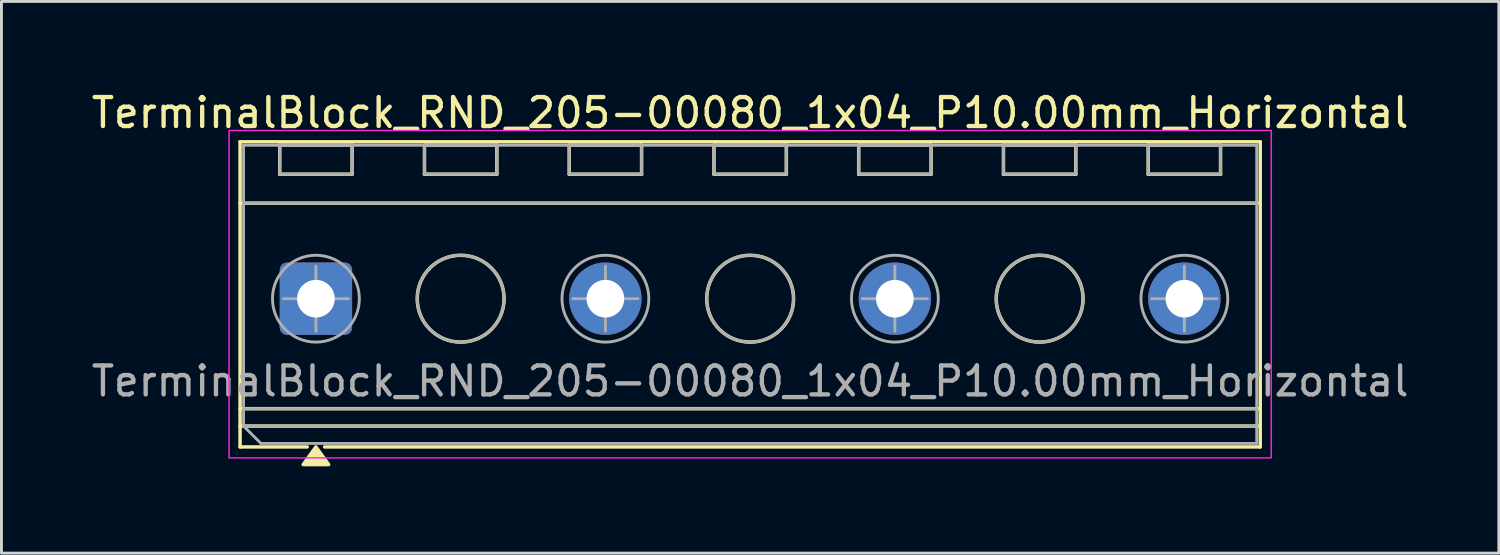
<source format=kicad_pcb>
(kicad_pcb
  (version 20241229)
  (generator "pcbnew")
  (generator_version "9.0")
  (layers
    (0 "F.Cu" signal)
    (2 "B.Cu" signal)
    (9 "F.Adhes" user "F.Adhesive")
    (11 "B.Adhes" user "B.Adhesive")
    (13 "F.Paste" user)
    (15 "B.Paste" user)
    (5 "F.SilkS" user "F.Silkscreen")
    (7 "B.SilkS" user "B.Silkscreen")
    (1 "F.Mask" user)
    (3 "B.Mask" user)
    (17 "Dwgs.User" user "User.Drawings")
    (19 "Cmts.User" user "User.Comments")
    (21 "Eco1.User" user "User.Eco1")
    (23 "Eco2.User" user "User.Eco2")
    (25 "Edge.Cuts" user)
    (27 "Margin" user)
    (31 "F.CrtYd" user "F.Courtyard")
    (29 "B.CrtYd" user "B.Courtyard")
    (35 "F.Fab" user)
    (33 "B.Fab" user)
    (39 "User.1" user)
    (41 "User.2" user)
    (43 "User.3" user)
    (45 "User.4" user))
  (footprint "TerminalBlock_RND_205-00080_1x04_P10.00mm_Horizontal"
    (layer "F.Cu")
    (at 7.863 7.268)
    (property "Reference" "TerminalBlock_RND_205-00080_1x04_P10.00mm_Horizontal" (at 15 -6.42 0) (layer "F.SilkS") (effects (font (size 1 1) (thickness 0.15))))
    (attr through_hole)
    (fp_line (start -2.62 -5.42) (end 32.62 -5.42) (stroke (width 0.12) (type solid)) (layer "F.SilkS"))
    (fp_line (start -2.62 -3.3) (end 32.62 -3.3) (stroke (width 0.12) (type solid)) (layer "F.SilkS"))
    (fp_line (start -2.62 3.8) (end 32.62 3.8) (stroke (width 0.12) (type solid)) (layer "F.SilkS"))
    (fp_line (start -2.62 4.4) (end 32.62 4.4) (stroke (width 0.12) (type solid)) (layer "F.SilkS"))
    (fp_line (start -2.62 5.12) (end -2.62 -5.42) (stroke (width 0.12) (type solid)) (layer "F.SilkS"))
    (fp_line (start -1.25 -5.3) (end 1.25 -5.3) (stroke (width 0.12) (type solid)) (layer "F.SilkS"))
    (fp_line (start -1.25 -4.3) (end -1.25 -5.3) (stroke (width 0.12) (type solid)) (layer "F.SilkS"))
    (fp_line (start -0.3 5.12) (end -2.62 5.12) (stroke (width 0.12) (type solid)) (layer "F.SilkS"))
    (fp_line (start 1.25 -5.3) (end 1.25 -4.3) (stroke (width 0.12) (type solid)) (layer "F.SilkS"))
    (fp_line (start 1.25 -4.3) (end -1.25 -4.3) (stroke (width 0.12) (type solid)) (layer "F.SilkS"))
    (fp_line (start 3.75 -5.3) (end 6.25 -5.3) (stroke (width 0.12) (type solid)) (layer "F.SilkS"))
    (fp_line (start 3.75 -4.3) (end 3.75 -5.3) (stroke (width 0.12) (type solid)) (layer "F.SilkS"))
    (fp_line (start 6.25 -5.3) (end 6.25 -4.3) (stroke (width 0.12) (type solid)) (layer "F.SilkS"))
    (fp_line (start 6.25 -4.3) (end 3.75 -4.3) (stroke (width 0.12) (type solid)) (layer "F.SilkS"))
    (fp_line (start 8.75 -5.3) (end 11.25 -5.3) (stroke (width 0.12) (type solid)) (layer "F.SilkS"))
    (fp_line (start 8.75 -4.3) (end 8.75 -5.3) (stroke (width 0.12) (type solid)) (layer "F.SilkS"))
    (fp_line (start 11.25 -5.3) (end 11.25 -4.3) (stroke (width 0.12) (type solid)) (layer "F.SilkS"))
    (fp_line (start 11.25 -4.3) (end 8.75 -4.3) (stroke (width 0.12) (type solid)) (layer "F.SilkS"))
    (fp_line (start 13.75 -5.3) (end 16.25 -5.3) (stroke (width 0.12) (type solid)) (layer "F.SilkS"))
    (fp_line (start 13.75 -4.3) (end 13.75 -5.3) (stroke (width 0.12) (type solid)) (layer "F.SilkS"))
    (fp_line (start 16.25 -5.3) (end 16.25 -4.3) (stroke (width 0.12) (type solid)) (layer "F.SilkS"))
    (fp_line (start 16.25 -4.3) (end 13.75 -4.3) (stroke (width 0.12) (type solid)) (layer "F.SilkS"))
    (fp_line (start 18.75 -5.3) (end 21.25 -5.3) (stroke (width 0.12) (type solid)) (layer "F.SilkS"))
    (fp_line (start 18.75 -4.3) (end 18.75 -5.3) (stroke (width 0.12) (type solid)) (layer "F.SilkS"))
    (fp_line (start 21.25 -5.3) (end 21.25 -4.3) (stroke (width 0.12) (type solid)) (layer "F.SilkS"))
    (fp_line (start 21.25 -4.3) (end 18.75 -4.3) (stroke (width 0.12) (type solid)) (layer "F.SilkS"))
    (fp_line (start 23.75 -5.3) (end 26.25 -5.3) (stroke (width 0.12) (type solid)) (layer "F.SilkS"))
    (fp_line (start 23.75 -4.3) (end 23.75 -5.3) (stroke (width 0.12) (type solid)) (layer "F.SilkS"))
    (fp_line (start 26.25 -5.3) (end 26.25 -4.3) (stroke (width 0.12) (type solid)) (layer "F.SilkS"))
    (fp_line (start 26.25 -4.3) (end 23.75 -4.3) (stroke (width 0.12) (type solid)) (layer "F.SilkS"))
    (fp_line (start 28.75 -5.3) (end 31.25 -5.3) (stroke (width 0.12) (type solid)) (layer "F.SilkS"))
    (fp_line (start 28.75 -4.3) (end 28.75 -5.3) (stroke (width 0.12) (type solid)) (layer "F.SilkS"))
    (fp_line (start 31.25 -5.3) (end 31.25 -4.3) (stroke (width 0.12) (type solid)) (layer "F.SilkS"))
    (fp_line (start 31.25 -4.3) (end 28.75 -4.3) (stroke (width 0.12) (type solid)) (layer "F.SilkS"))
    (fp_line (start 32.62 -5.42) (end 32.62 5.12) (stroke (width 0.12) (type solid)) (layer "F.SilkS"))
    (fp_line (start 32.62 5.12) (end 0.3 5.12) (stroke (width 0.12) (type solid)) (layer "F.SilkS"))
    (fp_circle (center 5 0) (end 6.5 0) (stroke (width 0.12) (type solid)) (fill no) (layer "F.SilkS"))
    (fp_circle (center 15 0) (end 16.5 0) (stroke (width 0.12) (type solid)) (fill no) (layer "F.SilkS"))
    (fp_circle (center 25 0) (end 26.5 0) (stroke (width 0.12) (type solid)) (fill no) (layer "F.SilkS"))
    (fp_poly (pts (xy 0 5.12) (xy 0.44 5.73) (xy -0.44 5.73)) (stroke (width 0.12) (type solid)) (fill yes) (layer "F.SilkS"))
    (fp_rect (start -3 -5.81) (end 33 5.5) (stroke (width 0.05) (type solid)) (fill no) (layer "F.CrtYd"))
    (fp_line (start -2.5 -5.3) (end 32.5 -5.3) (stroke (width 0.1) (type solid)) (layer "F.Fab"))
    (fp_line (start -2.5 -3.3) (end 32.5 -3.3) (stroke (width 0.1) (type solid)) (layer "F.Fab"))
    (fp_line (start -2.5 3.8) (end 32.5 3.8) (stroke (width 0.1) (type solid)) (layer "F.Fab"))
    (fp_line (start -2.5 4.4) (end -2.5 -5.3) (stroke (width 0.1) (type solid)) (layer "F.Fab"))
    (fp_line (start -2.5 4.4) (end 32.5 4.4) (stroke (width 0.1) (type solid)) (layer "F.Fab"))
    (fp_line (start -1.9 5) (end -2.5 4.4) (stroke (width 0.1) (type solid)) (layer "F.Fab"))
    (fp_line (start -1.125 0) (end 1.125 0) (stroke (width 0.1) (type solid)) (layer "F.Fab"))
    (fp_line (start 0 -1.125) (end 0 1.125) (stroke (width 0.1) (type solid)) (layer "F.Fab"))
    (fp_line (start 8.875 0) (end 11.125 0) (stroke (width 0.1) (type solid)) (layer "F.Fab"))
    (fp_line (start 10 -1.125) (end 10 1.125) (stroke (width 0.1) (type solid)) (layer "F.Fab"))
    (fp_line (start 18.875 0) (end 21.125 0) (stroke (width 0.1) (type solid)) (layer "F.Fab"))
    (fp_line (start 20 -1.125) (end 20 1.125) (stroke (width 0.1) (type solid)) (layer "F.Fab"))
    (fp_line (start 28.875 0) (end 31.125 0) (stroke (width 0.1) (type solid)) (layer "F.Fab"))
    (fp_line (start 30 -1.125) (end 30 1.125) (stroke (width 0.1) (type solid)) (layer "F.Fab"))
    (fp_line (start 32.5 -5.3) (end 32.5 5) (stroke (width 0.1) (type solid)) (layer "F.Fab"))
    (fp_line (start 32.5 5) (end -1.9 5) (stroke (width 0.1) (type solid)) (layer "F.Fab"))
    (fp_rect (start -1.25 -5.3) (end 1.25 -4.3) (stroke (width 0.1) (type solid)) (fill no) (layer "F.Fab"))
    (fp_rect (start 3.75 -5.3) (end 6.25 -4.3) (stroke (width 0.1) (type solid)) (fill no) (layer "F.Fab"))
    (fp_rect (start 8.75 -5.3) (end 11.25 -4.3) (stroke (width 0.1) (type solid)) (fill no) (layer "F.Fab"))
    (fp_rect (start 13.75 -5.3) (end 16.25 -4.3) (stroke (width 0.1) (type solid)) (fill no) (layer "F.Fab"))
    (fp_rect (start 18.75 -5.3) (end 21.25 -4.3) (stroke (width 0.1) (type solid)) (fill no) (layer "F.Fab"))
    (fp_rect (start 23.75 -5.3) (end 26.25 -4.3) (stroke (width 0.1) (type solid)) (fill no) (layer "F.Fab"))
    (fp_rect (start 28.75 -5.3) (end 31.25 -4.3) (stroke (width 0.1) (type solid)) (fill no) (layer "F.Fab"))
    (fp_circle (center 0 0) (end 1.5 0) (stroke (width 0.1) (type solid)) (fill no) (layer "F.Fab"))
    (fp_circle (center 5 0) (end 6.5 0) (stroke (width 0.1) (type solid)) (fill no) (layer "F.Fab"))
    (fp_circle (center 10 0) (end 11.5 0) (stroke (width 0.1) (type solid)) (fill no) (layer "F.Fab"))
    (fp_circle (center 15 0) (end 16.5 0) (stroke (width 0.1) (type solid)) (fill no) (layer "F.Fab"))
    (fp_circle (center 20 0) (end 21.5 0) (stroke (width 0.1) (type solid)) (fill no) (layer "F.Fab"))
    (fp_circle (center 25 0) (end 26.5 0) (stroke (width 0.1) (type solid)) (fill no) (layer "F.Fab"))
    (fp_circle (center 30 0) (end 31.5 0) (stroke (width 0.1) (type solid)) (fill no) (layer "F.Fab"))
    (fp_text user "${REFERENCE}" (at 15 2.85 0) (layer "F.Fab") (effects (font (size 1 1) (thickness 0.15))))
    (pad "1" thru_hole roundrect (at 0 0) (size 2.5 2.5) (drill 1.3) (layers "*.Cu" "*.Mask") (roundrect_rratio 0.1))
    (pad "2" thru_hole circle (at 10 0) (size 2.5 2.5) (drill 1.3) (layers "*.Cu" "*.Mask"))
    (pad "3" thru_hole circle (at 20 0) (size 2.5 2.5) (drill 1.3) (layers "*.Cu" "*.Mask"))
    (pad "4" thru_hole circle (at 30 0) (size 2.5 2.5) (drill 1.3) (layers "*.Cu" "*.Mask")))
  (gr_rect
    (start -3 -3)
    (end 48.726 16.058)
    (stroke (width 0.1) (type default))
    (fill no)
    (layer "Edge.Cuts")))
</source>
